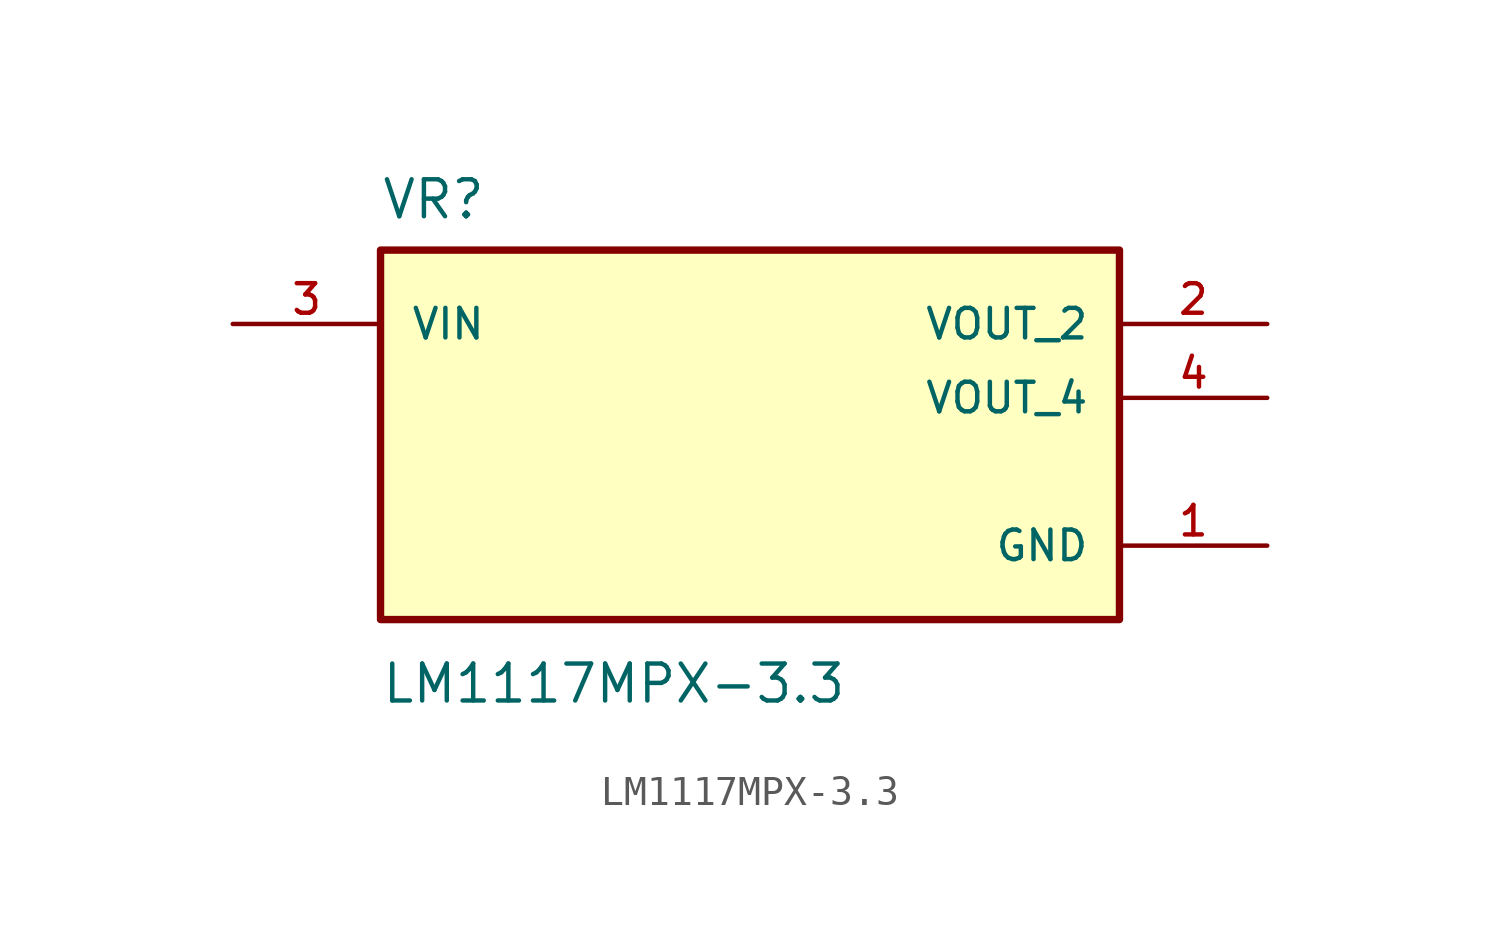
<source format=kicad_sym>
(kicad_symbol_lib
  (version 20211014)
  (generator kicad_symbol_editor)
  (symbol "LM1117MPX-3.3"
    (pin_names
      (offset 1.016))
    (property "Reference" "VR"
      (at -12.7 6.08 0.0)
      (effects (font (size 1.27 1.27)) (justify bottom left)))
    (property "Value" "LM1117MPX-3.3"
      (at -12.7 -9.08 0.0)
      (effects (font (size 1.27 1.27)) (justify top left)))
    (symbol "LM1117MPX-3.3_0_0"
      (rectangle (start -12.7 -7.62) (end 12.7 5.08) (stroke (width 0.254)) (fill (type background)))
      (pin input line (at -17.78 2.54 0) (length 5.08) (name "VIN" (effects (font (size 1.016 1.016)))) (number "3" (effects (font (size 1.016 1.016)))))
      (pin output line (at 17.78 2.54 180.0) (length 5.08) (name "VOUT_2" (effects (font (size 1.016 1.016)))) (number "2" (effects (font (size 1.016 1.016)))))
      (pin power_in line (at 17.78 -5.08 180.0) (length 5.08) (name "GND" (effects (font (size 1.016 1.016)))) (number "1" (effects (font (size 1.016 1.016)))))
      (pin output line (at 17.78 0.0 180.0) (length 5.08) (name "VOUT_4" (effects (font (size 1.016 1.016)))) (number "4" (effects (font (size 1.016 1.016))))))))
</source>
